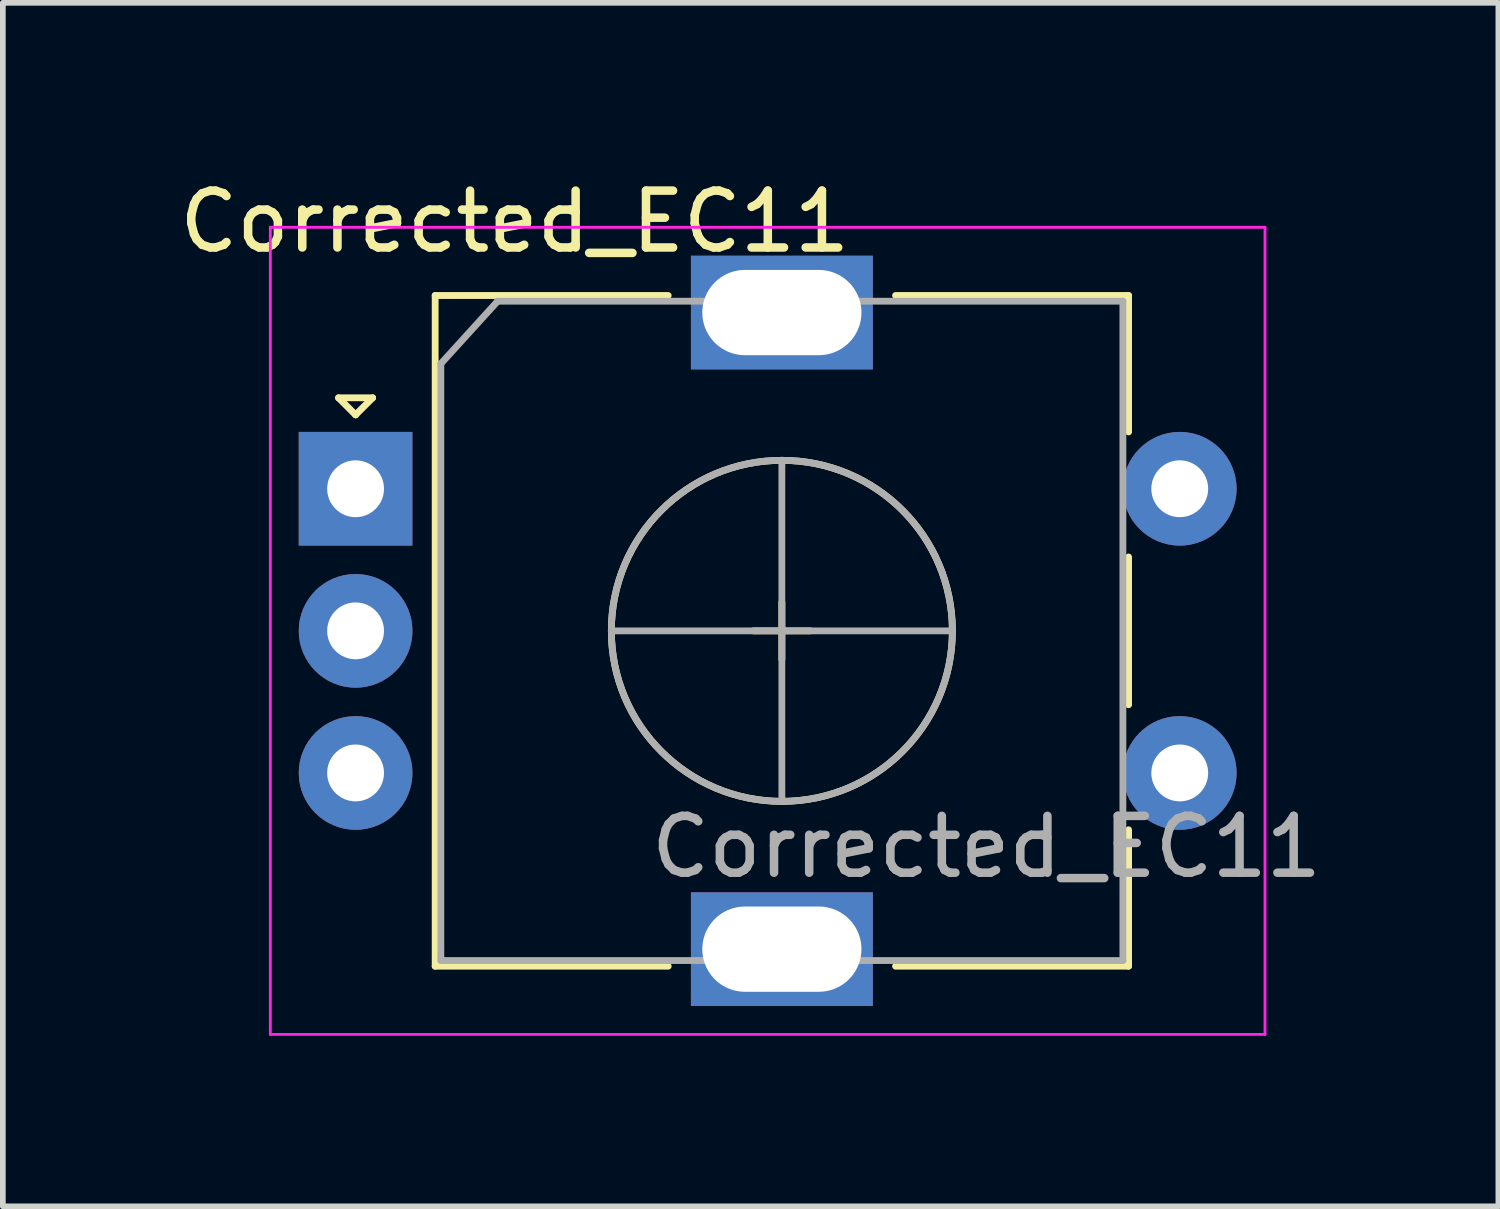
<source format=kicad_pcb>
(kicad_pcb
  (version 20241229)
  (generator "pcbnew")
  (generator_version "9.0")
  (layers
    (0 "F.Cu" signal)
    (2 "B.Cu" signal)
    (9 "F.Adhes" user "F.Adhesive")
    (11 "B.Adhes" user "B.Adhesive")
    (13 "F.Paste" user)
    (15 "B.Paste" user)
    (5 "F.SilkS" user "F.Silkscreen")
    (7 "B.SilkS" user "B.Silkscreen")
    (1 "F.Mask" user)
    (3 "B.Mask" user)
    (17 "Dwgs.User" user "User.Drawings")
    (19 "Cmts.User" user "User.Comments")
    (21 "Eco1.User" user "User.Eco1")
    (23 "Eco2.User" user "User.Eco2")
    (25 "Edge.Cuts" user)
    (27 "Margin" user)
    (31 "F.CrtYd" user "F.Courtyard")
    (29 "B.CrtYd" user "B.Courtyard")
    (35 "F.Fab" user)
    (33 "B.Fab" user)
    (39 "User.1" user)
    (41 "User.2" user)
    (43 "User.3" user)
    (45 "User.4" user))
  (footprint "Corrected_EC11"
    (layer "F.Cu")
    (at 10.704 8.048)
    (property "Reference" "Corrected_EC11" (at -4.698 -7.199 0) (layer "F.SilkS") (effects (font (size 1 1) (thickness 0.15))))
    (attr through_hole)
    (fp_line (start -7.798 -4.099) (end -7.198 -4.099) (stroke (width 0.12) (type solid)) (layer "F.SilkS"))
    (fp_line (start -7.498 -3.799) (end -7.798 -4.099) (stroke (width 0.12) (type solid)) (layer "F.SilkS"))
    (fp_line (start -7.198 -4.099) (end -7.498 -3.799) (stroke (width 0.12) (type solid)) (layer "F.SilkS"))
    (fp_line (start -6.098 -5.899) (end -6.098 5.901) (stroke (width 0.12) (type solid)) (layer "F.SilkS"))
    (fp_line (start -1.998 -5.899) (end -6.098 -5.899) (stroke (width 0.12) (type solid)) (layer "F.SilkS"))
    (fp_line (start -1.998 5.901) (end -6.098 5.901) (stroke (width 0.12) (type solid)) (layer "F.SilkS"))
    (fp_line (start -0.498 0.001) (end 0.502 0.001) (stroke (width 0.12) (type solid)) (layer "F.SilkS"))
    (fp_line (start 0.002 -0.499) (end 0.002 0.501) (stroke (width 0.12) (type solid)) (layer "F.SilkS"))
    (fp_line (start 2.002 -5.899) (end 6.102 -5.899) (stroke (width 0.12) (type solid)) (layer "F.SilkS"))
    (fp_line (start 6.102 -5.899) (end 6.102 -3.499) (stroke (width 0.12) (type solid)) (layer "F.SilkS"))
    (fp_line (start 6.102 -1.299) (end 6.102 1.301) (stroke (width 0.12) (type solid)) (layer "F.SilkS"))
    (fp_line (start 6.102 3.501) (end 6.102 5.901) (stroke (width 0.12) (type solid)) (layer "F.SilkS"))
    (fp_line (start 6.102 5.901) (end 2.002 5.901) (stroke (width 0.12) (type solid)) (layer "F.SilkS"))
    (fp_circle (center 0.002 0.001) (end 3.002 0.001) (stroke (width 0.12) (type solid)) (fill no) (layer "F.SilkS"))
    (fp_line (start -8.998 -7.099) (end -8.998 7.101) (stroke (width 0.05) (type solid)) (layer "F.CrtYd"))
    (fp_line (start -8.998 -7.099) (end 8.502 -7.099) (stroke (width 0.05) (type solid)) (layer "F.CrtYd"))
    (fp_line (start 8.502 7.101) (end -8.998 7.101) (stroke (width 0.05) (type solid)) (layer "F.CrtYd"))
    (fp_line (start 8.502 7.101) (end 8.502 -7.099) (stroke (width 0.05) (type solid)) (layer "F.CrtYd"))
    (fp_line (start -5.998 -4.699) (end -4.998 -5.799) (stroke (width 0.12) (type solid)) (layer "F.Fab"))
    (fp_line (start -5.998 5.801) (end -5.998 -4.699) (stroke (width 0.12) (type solid)) (layer "F.Fab"))
    (fp_line (start -4.998 -5.799) (end 6.002 -5.799) (stroke (width 0.12) (type solid)) (layer "F.Fab"))
    (fp_line (start -2.998 0.001) (end 3.002 0.001) (stroke (width 0.12) (type solid)) (layer "F.Fab"))
    (fp_line (start 0.002 -2.999) (end 0.002 3.001) (stroke (width 0.12) (type solid)) (layer "F.Fab"))
    (fp_line (start 6.002 -5.799) (end 6.002 5.801) (stroke (width 0.12) (type solid)) (layer "F.Fab"))
    (fp_line (start 6.002 5.801) (end -5.998 5.801) (stroke (width 0.12) (type solid)) (layer "F.Fab"))
    (fp_circle (center 0.002 0.001) (end 3.002 0.001) (stroke (width 0.12) (type solid)) (fill no) (layer "F.Fab"))
    (fp_text user "${REFERENCE}" (at 3.602 3.801 0) (layer "F.Fab") (effects (font (size 1 1) (thickness 0.15))))
    (pad "A" thru_hole rect (at -7.498 -2.499) (size 2 2) (drill 1) (layers "*.Cu" "*.Mask"))
    (pad "B" thru_hole circle (at -7.498 2.501) (size 2 2) (drill 1) (layers "*.Cu" "*.Mask"))
    (pad "C" thru_hole circle (at -7.498 0.001) (size 2 2) (drill 1) (layers "*.Cu" "*.Mask"))
    (pad "MP" thru_hole rect (at 0.002 -5.599) (size 3.2 2) (drill oval 2.8 1.5) (layers "*.Cu" "*.Mask"))
    (pad "MP" thru_hole rect (at 0.002 5.601) (size 3.2 2) (drill oval 2.8 1.5) (layers "*.Cu" "*.Mask"))
    (pad "S1" thru_hole circle (at 7.002 2.501) (size 2 2) (drill 1) (layers "*.Cu" "*.Mask"))
    (pad "S2" thru_hole circle (at 7.002 -2.499) (size 2 2) (drill 1) (layers "*.Cu" "*.Mask")))
  (gr_rect
    (start -3 -3)
    (end 23.312 18.173)
    (stroke (width 0.1) (type default))
    (fill no)
    (layer "Edge.Cuts")))
</source>
